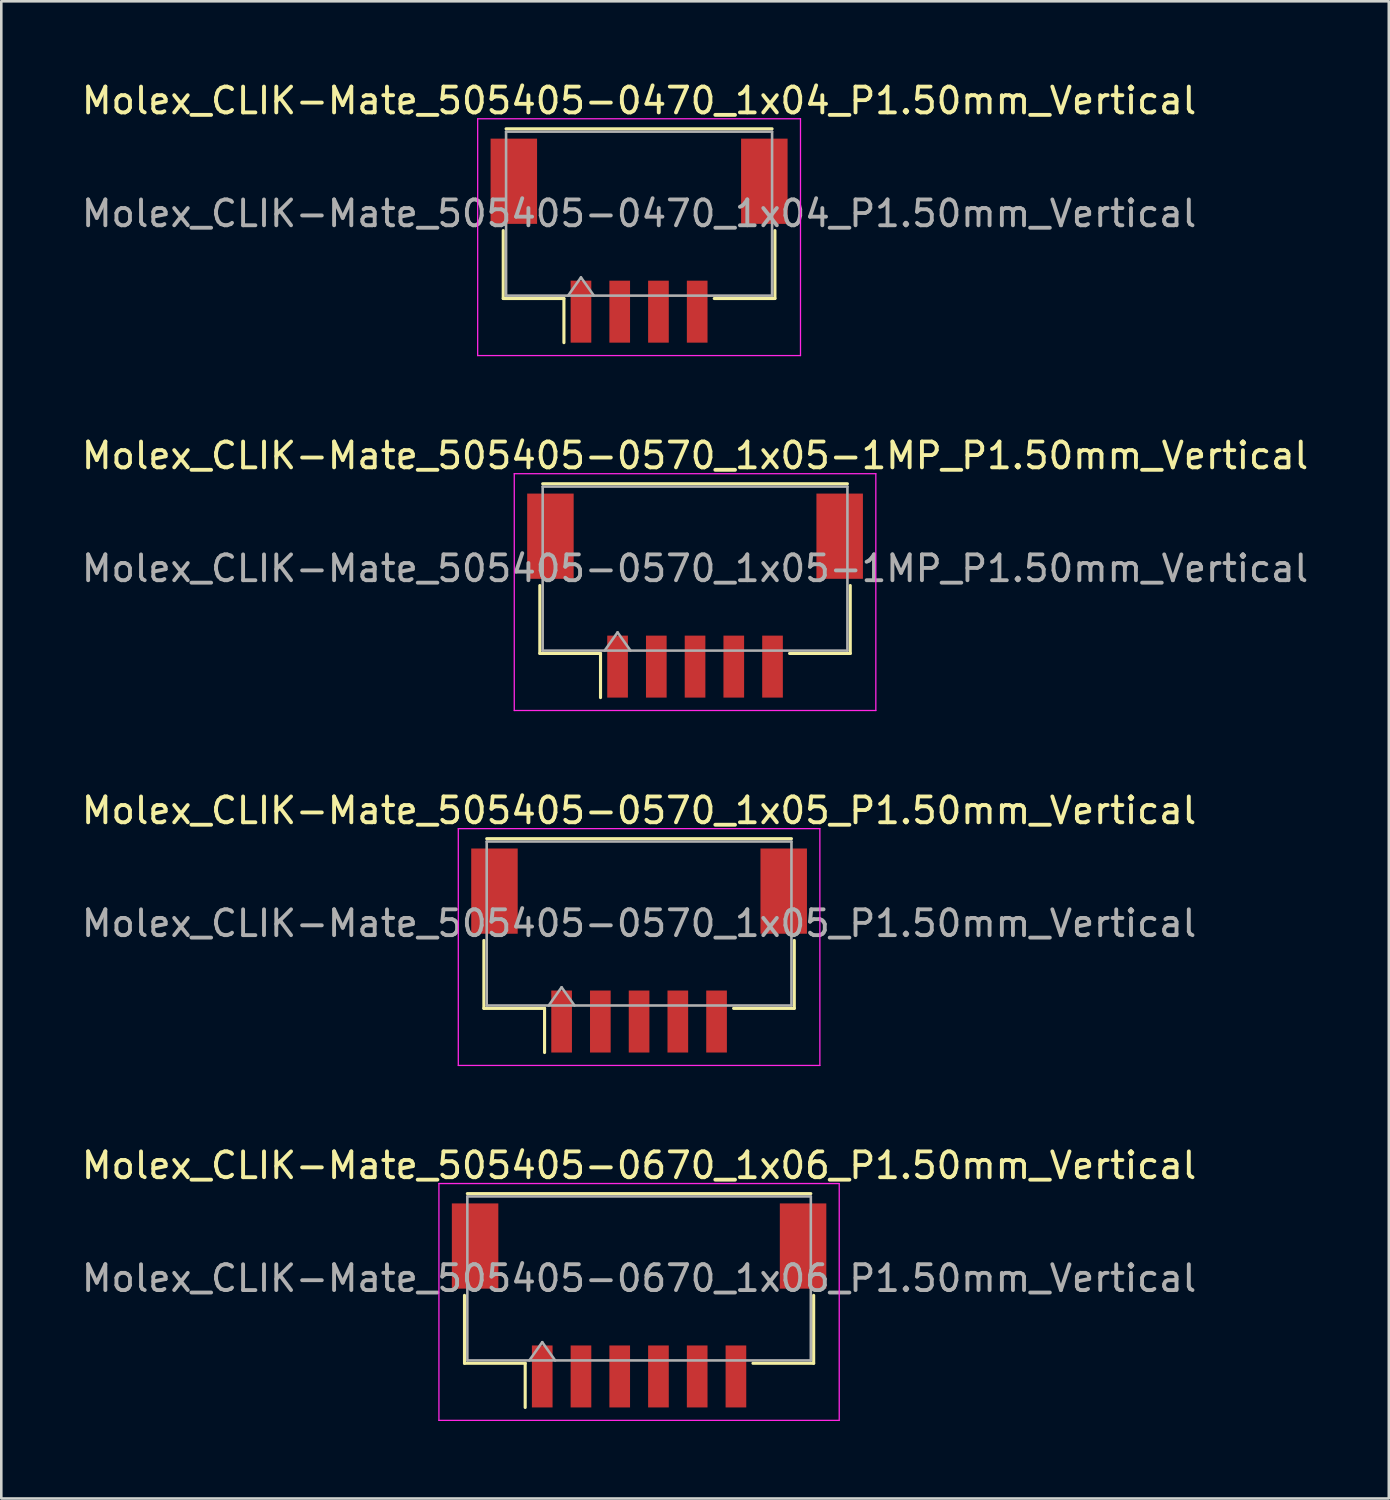
<source format=kicad_pcb>
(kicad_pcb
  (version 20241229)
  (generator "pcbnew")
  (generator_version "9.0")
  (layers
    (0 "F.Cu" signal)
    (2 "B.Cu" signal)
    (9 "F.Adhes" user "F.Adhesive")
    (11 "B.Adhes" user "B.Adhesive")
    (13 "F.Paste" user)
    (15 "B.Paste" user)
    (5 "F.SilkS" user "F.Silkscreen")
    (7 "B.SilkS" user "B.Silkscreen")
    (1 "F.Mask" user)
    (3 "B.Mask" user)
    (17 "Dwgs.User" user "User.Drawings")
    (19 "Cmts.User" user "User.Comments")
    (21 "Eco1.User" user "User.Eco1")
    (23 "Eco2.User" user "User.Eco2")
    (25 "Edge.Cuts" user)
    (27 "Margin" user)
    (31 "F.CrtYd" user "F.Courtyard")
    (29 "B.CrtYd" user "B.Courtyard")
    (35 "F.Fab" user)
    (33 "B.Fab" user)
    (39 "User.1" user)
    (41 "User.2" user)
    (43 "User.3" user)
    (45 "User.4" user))
  (footprint "Molex_CLIK-Mate_505405-0570_1x05_P1.50mm_Vertical"
    (layer "F.Cu")
    (at 21.696 33.755)
    (property "Reference" "Molex_CLIK-Mate_505405-0570_1x05_P1.50mm_Vertical" (at 0 -5.42 0) (layer "F.SilkS") (effects (font (size 1 1) (thickness 0.15))))
    (attr smd)
    (fp_line (start -6.01 -0.39) (end -6.01 2.24) (stroke (width 0.12) (type solid)) (layer "F.SilkS"))
    (fp_line (start -6.01 2.24) (end -3.66 2.24) (stroke (width 0.12) (type solid)) (layer "F.SilkS"))
    (fp_line (start -5.9 -4.33) (end 5.9 -4.33) (stroke (width 0.12) (type solid)) (layer "F.SilkS"))
    (fp_line (start -3.66 2.24) (end -3.66 3.95) (stroke (width 0.12) (type solid)) (layer "F.SilkS"))
    (fp_line (start 6.01 -0.39) (end 6.01 2.24) (stroke (width 0.12) (type solid)) (layer "F.SilkS"))
    (fp_line (start 6.01 2.24) (end 3.66 2.24) (stroke (width 0.12) (type solid)) (layer "F.SilkS"))
    (fp_line (start -7 -4.72) (end -7 4.45) (stroke (width 0.05) (type solid)) (layer "F.CrtYd"))
    (fp_line (start -7 4.45) (end 7 4.45) (stroke (width 0.05) (type solid)) (layer "F.CrtYd"))
    (fp_line (start 7 -4.72) (end -7 -4.72) (stroke (width 0.05) (type solid)) (layer "F.CrtYd"))
    (fp_line (start 7 4.45) (end 7 -4.72) (stroke (width 0.05) (type solid)) (layer "F.CrtYd"))
    (fp_line (start -5.9 -4.22) (end 5.9 -4.22) (stroke (width 0.1) (type solid)) (layer "F.Fab"))
    (fp_line (start -5.9 2.13) (end -5.9 -4.22) (stroke (width 0.1) (type solid)) (layer "F.Fab"))
    (fp_line (start -5.9 2.13) (end 5.9 2.13) (stroke (width 0.1) (type solid)) (layer "F.Fab"))
    (fp_line (start -3.5 2.13) (end -3 1.423) (stroke (width 0.1) (type solid)) (layer "F.Fab"))
    (fp_line (start -3 1.423) (end -2.5 2.13) (stroke (width 0.1) (type solid)) (layer "F.Fab"))
    (fp_line (start 5.9 2.13) (end 5.9 -4.22) (stroke (width 0.1) (type solid)) (layer "F.Fab"))
    (fp_text user "${REFERENCE}" (at 0 -1.05 0) (layer "F.Fab") (effects (font (size 1 1) (thickness 0.15))))
    (pad "" smd rect (at -5.6 -2.3) (size 1.8 3.3) (layers "F.Cu" "F.Mask" "F.Paste"))
    (pad "" smd rect (at 5.6 -2.3) (size 1.8 3.3) (layers "F.Cu" "F.Mask" "F.Paste"))
    (pad "1" smd rect (at -3 2.75) (size 0.8 2.4) (layers "F.Cu" "F.Mask" "F.Paste"))
    (pad "2" smd rect (at -1.5 2.75) (size 0.8 2.4) (layers "F.Cu" "F.Mask" "F.Paste"))
    (pad "3" smd rect (at 0 2.75) (size 0.8 2.4) (layers "F.Cu" "F.Mask" "F.Paste"))
    (pad "4" smd rect (at 1.5 2.75) (size 0.8 2.4) (layers "F.Cu" "F.Mask" "F.Paste"))
    (pad "5" smd rect (at 3 2.75) (size 0.8 2.4) (layers "F.Cu" "F.Mask" "F.Paste")))
  (footprint "Molex_CLIK-Mate_505405-0570_1x05-1MP_P1.50mm_Vertical"
    (layer "F.Cu")
    (at 23.863 20.012)
    (property "Reference" "Molex_CLIK-Mate_505405-0570_1x05-1MP_P1.50mm_Vertical" (at 0 -5.42 0) (layer "F.SilkS") (effects (font (size 1 1) (thickness 0.15))))
    (attr smd)
    (fp_line (start -6.01 -0.39) (end -6.01 2.24) (stroke (width 0.12) (type solid)) (layer "F.SilkS"))
    (fp_line (start -6.01 2.24) (end -3.66 2.24) (stroke (width 0.12) (type solid)) (layer "F.SilkS"))
    (fp_line (start -5.9 -4.33) (end 5.9 -4.33) (stroke (width 0.12) (type solid)) (layer "F.SilkS"))
    (fp_line (start -3.66 2.24) (end -3.66 3.95) (stroke (width 0.12) (type solid)) (layer "F.SilkS"))
    (fp_line (start 6.01 -0.39) (end 6.01 2.24) (stroke (width 0.12) (type solid)) (layer "F.SilkS"))
    (fp_line (start 6.01 2.24) (end 3.66 2.24) (stroke (width 0.12) (type solid)) (layer "F.SilkS"))
    (fp_line (start -7 -4.72) (end -7 4.45) (stroke (width 0.05) (type solid)) (layer "F.CrtYd"))
    (fp_line (start -7 4.45) (end 7 4.45) (stroke (width 0.05) (type solid)) (layer "F.CrtYd"))
    (fp_line (start 7 -4.72) (end -7 -4.72) (stroke (width 0.05) (type solid)) (layer "F.CrtYd"))
    (fp_line (start 7 4.45) (end 7 -4.72) (stroke (width 0.05) (type solid)) (layer "F.CrtYd"))
    (fp_line (start -5.9 -4.22) (end 5.9 -4.22) (stroke (width 0.1) (type solid)) (layer "F.Fab"))
    (fp_line (start -5.9 2.13) (end -5.9 -4.22) (stroke (width 0.1) (type solid)) (layer "F.Fab"))
    (fp_line (start -5.9 2.13) (end 5.9 2.13) (stroke (width 0.1) (type solid)) (layer "F.Fab"))
    (fp_line (start -3.5 2.13) (end -3 1.423) (stroke (width 0.1) (type solid)) (layer "F.Fab"))
    (fp_line (start -3 1.423) (end -2.5 2.13) (stroke (width 0.1) (type solid)) (layer "F.Fab"))
    (fp_line (start 5.9 2.13) (end 5.9 -4.22) (stroke (width 0.1) (type solid)) (layer "F.Fab"))
    (fp_text user "${REFERENCE}" (at 0 -1.05 0) (layer "F.Fab") (effects (font (size 1 1) (thickness 0.15))))
    (pad "1" smd rect (at -3 2.75) (size 0.8 2.4) (layers "F.Cu" "F.Mask" "F.Paste"))
    (pad "2" smd rect (at -1.5 2.75) (size 0.8 2.4) (layers "F.Cu" "F.Mask" "F.Paste"))
    (pad "3" smd rect (at 0 2.75) (size 0.8 2.4) (layers "F.Cu" "F.Mask" "F.Paste"))
    (pad "4" smd rect (at 1.5 2.75) (size 0.8 2.4) (layers "F.Cu" "F.Mask" "F.Paste"))
    (pad "5" smd rect (at 3 2.75) (size 0.8 2.4) (layers "F.Cu" "F.Mask" "F.Paste"))
    (pad "MP" smd rect (at -5.6 -2.3) (size 1.8 3.3) (layers "F.Cu" "F.Mask" "F.Paste"))
    (pad "MP" smd rect (at 5.6 -2.3) (size 1.8 3.3) (layers "F.Cu" "F.Mask" "F.Paste")))
  (footprint "Molex_CLIK-Mate_505405-0670_1x06_P1.50mm_Vertical"
    (layer "F.Cu")
    (at 21.696 47.498)
    (property "Reference" "Molex_CLIK-Mate_505405-0670_1x06_P1.50mm_Vertical" (at 0 -5.42 0) (layer "F.SilkS") (effects (font (size 1 1) (thickness 0.15))))
    (attr smd)
    (fp_line (start -6.76 -0.39) (end -6.76 2.24) (stroke (width 0.12) (type solid)) (layer "F.SilkS"))
    (fp_line (start -6.76 2.24) (end -4.41 2.24) (stroke (width 0.12) (type solid)) (layer "F.SilkS"))
    (fp_line (start -6.65 -4.33) (end 6.65 -4.33) (stroke (width 0.12) (type solid)) (layer "F.SilkS"))
    (fp_line (start -4.41 2.24) (end -4.41 3.95) (stroke (width 0.12) (type solid)) (layer "F.SilkS"))
    (fp_line (start 6.76 -0.39) (end 6.76 2.24) (stroke (width 0.12) (type solid)) (layer "F.SilkS"))
    (fp_line (start 6.76 2.24) (end 4.41 2.24) (stroke (width 0.12) (type solid)) (layer "F.SilkS"))
    (fp_line (start -7.75 -4.72) (end -7.75 4.45) (stroke (width 0.05) (type solid)) (layer "F.CrtYd"))
    (fp_line (start -7.75 4.45) (end 7.75 4.45) (stroke (width 0.05) (type solid)) (layer "F.CrtYd"))
    (fp_line (start 7.75 -4.72) (end -7.75 -4.72) (stroke (width 0.05) (type solid)) (layer "F.CrtYd"))
    (fp_line (start 7.75 4.45) (end 7.75 -4.72) (stroke (width 0.05) (type solid)) (layer "F.CrtYd"))
    (fp_line (start -6.65 -4.22) (end 6.65 -4.22) (stroke (width 0.1) (type solid)) (layer "F.Fab"))
    (fp_line (start -6.65 2.13) (end -6.65 -4.22) (stroke (width 0.1) (type solid)) (layer "F.Fab"))
    (fp_line (start -6.65 2.13) (end 6.65 2.13) (stroke (width 0.1) (type solid)) (layer "F.Fab"))
    (fp_line (start -4.25 2.13) (end -3.75 1.423) (stroke (width 0.1) (type solid)) (layer "F.Fab"))
    (fp_line (start -3.75 1.423) (end -3.25 2.13) (stroke (width 0.1) (type solid)) (layer "F.Fab"))
    (fp_line (start 6.65 2.13) (end 6.65 -4.22) (stroke (width 0.1) (type solid)) (layer "F.Fab"))
    (fp_text user "${REFERENCE}" (at 0 -1.05 0) (layer "F.Fab") (effects (font (size 1 1) (thickness 0.15))))
    (pad "" smd rect (at -6.35 -2.3) (size 1.8 3.3) (layers "F.Cu" "F.Mask" "F.Paste"))
    (pad "" smd rect (at 6.35 -2.3) (size 1.8 3.3) (layers "F.Cu" "F.Mask" "F.Paste"))
    (pad "1" smd rect (at -3.75 2.75) (size 0.8 2.4) (layers "F.Cu" "F.Mask" "F.Paste"))
    (pad "2" smd rect (at -2.25 2.75) (size 0.8 2.4) (layers "F.Cu" "F.Mask" "F.Paste"))
    (pad "3" smd rect (at -0.75 2.75) (size 0.8 2.4) (layers "F.Cu" "F.Mask" "F.Paste"))
    (pad "4" smd rect (at 0.75 2.75) (size 0.8 2.4) (layers "F.Cu" "F.Mask" "F.Paste"))
    (pad "5" smd rect (at 2.25 2.75) (size 0.8 2.4) (layers "F.Cu" "F.Mask" "F.Paste"))
    (pad "6" smd rect (at 3.75 2.75) (size 0.8 2.4) (layers "F.Cu" "F.Mask" "F.Paste")))
  (footprint "Molex_CLIK-Mate_505405-0470_1x04_P1.50mm_Vertical"
    (layer "F.Cu")
    (at 21.696 6.268)
    (property "Reference" "Molex_CLIK-Mate_505405-0470_1x04_P1.50mm_Vertical" (at 0 -5.42 0) (layer "F.SilkS") (effects (font (size 1 1) (thickness 0.15))))
    (attr smd)
    (fp_line (start -5.26 -0.39) (end -5.26 2.24) (stroke (width 0.12) (type solid)) (layer "F.SilkS"))
    (fp_line (start -5.26 2.24) (end -2.91 2.24) (stroke (width 0.12) (type solid)) (layer "F.SilkS"))
    (fp_line (start -5.15 -4.33) (end 5.15 -4.33) (stroke (width 0.12) (type solid)) (layer "F.SilkS"))
    (fp_line (start -2.91 2.24) (end -2.91 3.95) (stroke (width 0.12) (type solid)) (layer "F.SilkS"))
    (fp_line (start 5.26 -0.39) (end 5.26 2.24) (stroke (width 0.12) (type solid)) (layer "F.SilkS"))
    (fp_line (start 5.26 2.24) (end 2.91 2.24) (stroke (width 0.12) (type solid)) (layer "F.SilkS"))
    (fp_line (start -6.25 -4.72) (end -6.25 4.45) (stroke (width 0.05) (type solid)) (layer "F.CrtYd"))
    (fp_line (start -6.25 4.45) (end 6.25 4.45) (stroke (width 0.05) (type solid)) (layer "F.CrtYd"))
    (fp_line (start 6.25 -4.72) (end -6.25 -4.72) (stroke (width 0.05) (type solid)) (layer "F.CrtYd"))
    (fp_line (start 6.25 4.45) (end 6.25 -4.72) (stroke (width 0.05) (type solid)) (layer "F.CrtYd"))
    (fp_line (start -5.15 -4.22) (end 5.15 -4.22) (stroke (width 0.1) (type solid)) (layer "F.Fab"))
    (fp_line (start -5.15 2.13) (end -5.15 -4.22) (stroke (width 0.1) (type solid)) (layer "F.Fab"))
    (fp_line (start -5.15 2.13) (end 5.15 2.13) (stroke (width 0.1) (type solid)) (layer "F.Fab"))
    (fp_line (start -2.75 2.13) (end -2.25 1.423) (stroke (width 0.1) (type solid)) (layer "F.Fab"))
    (fp_line (start -2.25 1.423) (end -1.75 2.13) (stroke (width 0.1) (type solid)) (layer "F.Fab"))
    (fp_line (start 5.15 2.13) (end 5.15 -4.22) (stroke (width 0.1) (type solid)) (layer "F.Fab"))
    (fp_text user "${REFERENCE}" (at 0 -1.05 0) (layer "F.Fab") (effects (font (size 1 1) (thickness 0.15))))
    (pad "" smd rect (at -4.85 -2.3) (size 1.8 3.3) (layers "F.Cu" "F.Mask" "F.Paste"))
    (pad "" smd rect (at 4.85 -2.3) (size 1.8 3.3) (layers "F.Cu" "F.Mask" "F.Paste"))
    (pad "1" smd rect (at -2.25 2.75) (size 0.8 2.4) (layers "F.Cu" "F.Mask" "F.Paste"))
    (pad "2" smd rect (at -0.75 2.75) (size 0.8 2.4) (layers "F.Cu" "F.Mask" "F.Paste"))
    (pad "3" smd rect (at 0.75 2.75) (size 0.8 2.4) (layers "F.Cu" "F.Mask" "F.Paste"))
    (pad "4" smd rect (at 2.25 2.75) (size 0.8 2.4) (layers "F.Cu" "F.Mask" "F.Paste")))
  (gr_rect
    (start -3 -3)
    (end 50.726 54.973)
    (stroke (width 0.1) (type default))
    (fill no)
    (layer "Edge.Cuts")))
</source>
